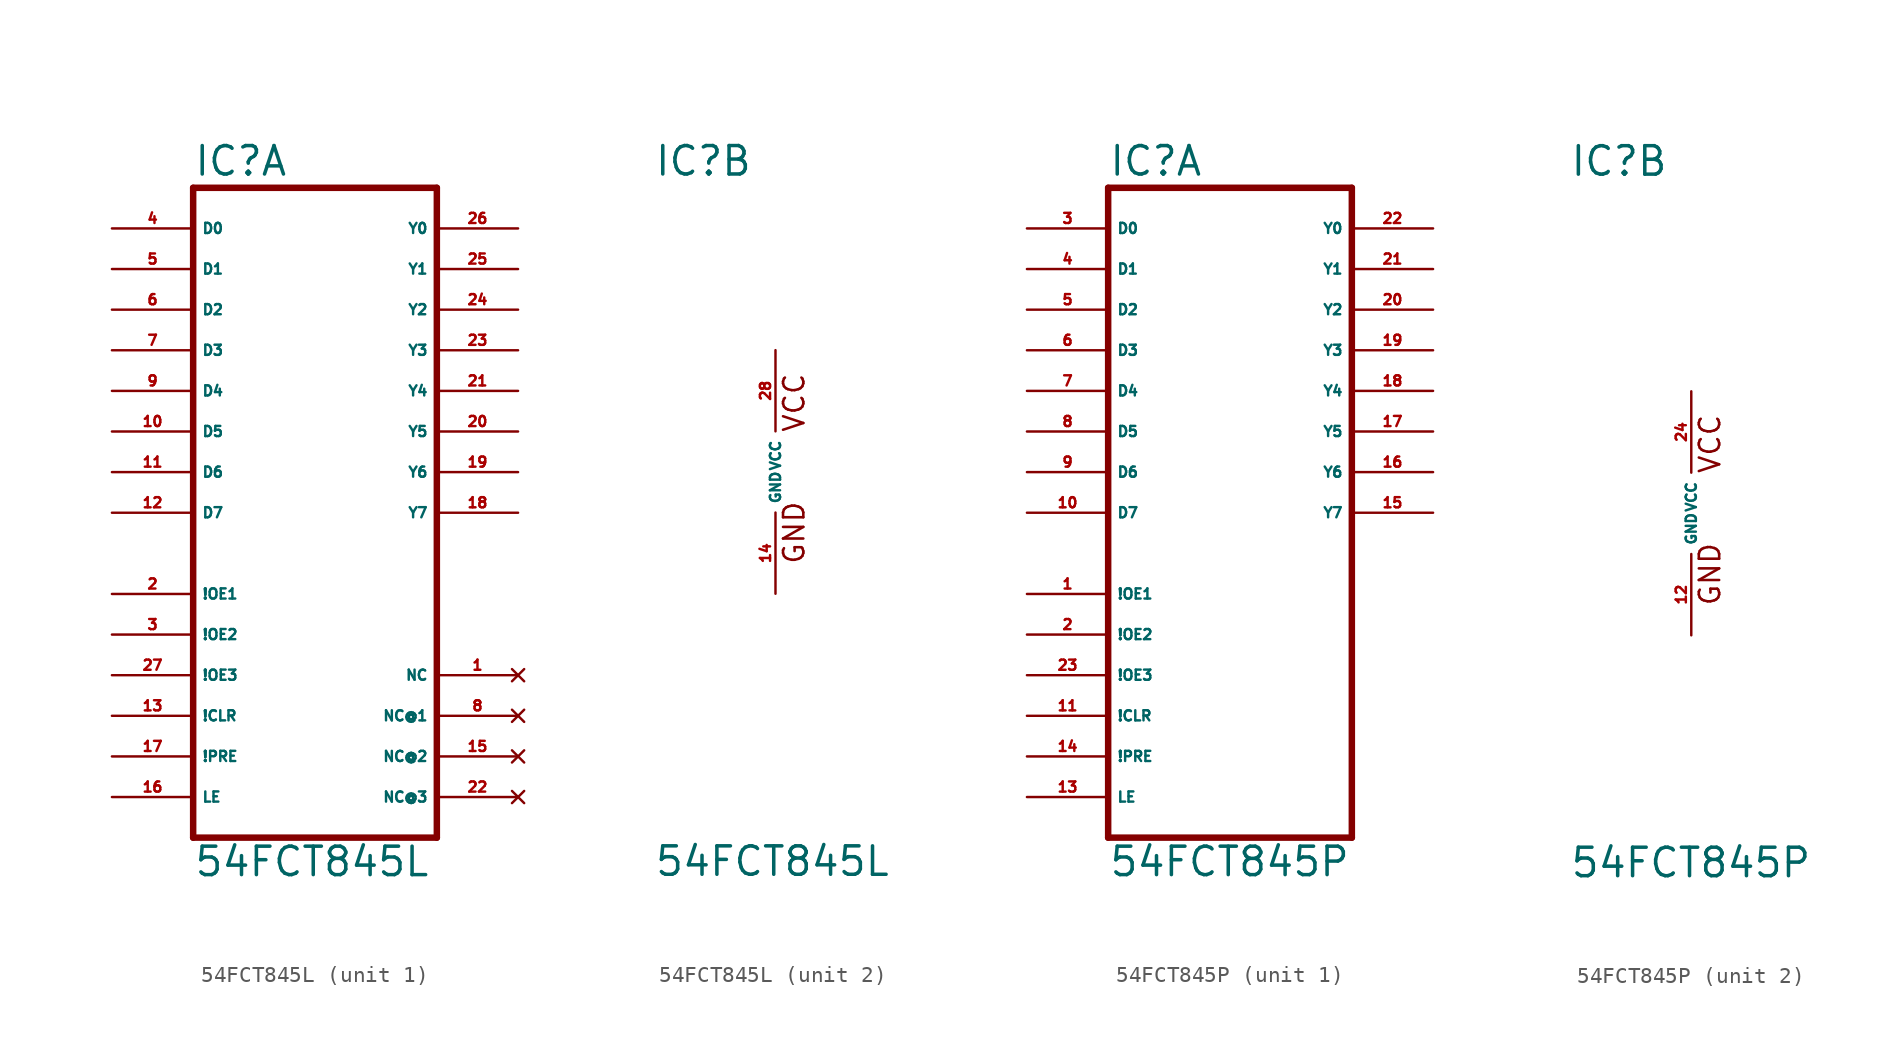
<source format=kicad_sym>
(kicad_symbol_lib
  (version 20220914)
  (generator Eagle2Kicad)
  (symbol "54FCT845L"
    (property "Reference" "IC"
      (at -7.62 18.415 0)
      (effects (font (size 1.778 1.778) (thickness 0.22)) (justify left bottom)))
    (property "Value" "54FCT845L"
      (at -7.62 -25.4 0)
      (effects (font (size 1.778 1.778) (thickness 0.22)) (justify left bottom)))
    (symbol "54FCT845L_1_0"
      (polyline (pts (xy -7.62 -22.86) (xy 7.62 -22.86)) (stroke (width 0.406) (type default)) (fill (type none)))
      (polyline (pts (xy 7.62 -22.86) (xy 7.62 17.78)) (stroke (width 0.406) (type default)) (fill (type none)))
      (polyline (pts (xy 7.62 17.78) (xy -7.62 17.78)) (stroke (width 0.406) (type default)) (fill (type none)))
      (polyline (pts (xy -7.62 17.78) (xy -7.62 -22.86)) (stroke (width 0.406) (type default)) (fill (type none)))
      (pin input line (at -12.7 15.24 0) (length 5.08) (name "D0" (effects (font (size 0.635 0.635) (thickness 0.08)) (justify left bottom))) (number "4" (effects (font (size 0.635 0.635) (thickness 0.08)) (justify left bottom))))
      (pin input line (at -12.7 12.7 0) (length 5.08) (name "D1" (effects (font (size 0.635 0.635) (thickness 0.08)) (justify left bottom))) (number "5" (effects (font (size 0.635 0.635) (thickness 0.08)) (justify left bottom))))
      (pin input line (at -12.7 10.16 0) (length 5.08) (name "D2" (effects (font (size 0.635 0.635) (thickness 0.08)) (justify left bottom))) (number "6" (effects (font (size 0.635 0.635) (thickness 0.08)) (justify left bottom))))
      (pin input line (at -12.7 7.62 0) (length 5.08) (name "D3" (effects (font (size 0.635 0.635) (thickness 0.08)) (justify left bottom))) (number "7" (effects (font (size 0.635 0.635) (thickness 0.08)) (justify left bottom))))
      (pin input line (at -12.7 5.08 0) (length 5.08) (name "D4" (effects (font (size 0.635 0.635) (thickness 0.08)) (justify left bottom))) (number "9" (effects (font (size 0.635 0.635) (thickness 0.08)) (justify left bottom))))
      (pin input line (at -12.7 2.54 0) (length 5.08) (name "D5" (effects (font (size 0.635 0.635) (thickness 0.08)) (justify left bottom))) (number "10" (effects (font (size 0.635 0.635) (thickness 0.08)) (justify left bottom))))
      (pin input line (at -12.7 0 0) (length 5.08) (name "D6" (effects (font (size 0.635 0.635) (thickness 0.08)) (justify left bottom))) (number "11" (effects (font (size 0.635 0.635) (thickness 0.08)) (justify left bottom))))
      (pin input line (at -12.7 -2.54 0) (length 5.08) (name "D7" (effects (font (size 0.635 0.635) (thickness 0.08)) (justify left bottom))) (number "12" (effects (font (size 0.635 0.635) (thickness 0.08)) (justify left bottom))))
      (pin input line (at -12.7 -10.16 0) (length 5.08) (name "!OE2" (effects (font (size 0.635 0.635) (thickness 0.08)) (justify left bottom))) (number "3" (effects (font (size 0.635 0.635) (thickness 0.08)) (justify left bottom))))
      (pin input line (at -12.7 -15.24 0) (length 5.08) (name "!CLR" (effects (font (size 0.635 0.635) (thickness 0.08)) (justify left bottom))) (number "13" (effects (font (size 0.635 0.635) (thickness 0.08)) (justify left bottom))))
      (pin input line (at -12.7 -12.7 0) (length 5.08) (name "!OE3" (effects (font (size 0.635 0.635) (thickness 0.08)) (justify left bottom))) (number "27" (effects (font (size 0.635 0.635) (thickness 0.08)) (justify left bottom))))
      (pin input line (at -12.7 -20.32 0) (length 5.08) (name "LE" (effects (font (size 0.635 0.635) (thickness 0.08)) (justify left bottom))) (number "16" (effects (font (size 0.635 0.635) (thickness 0.08)) (justify left bottom))))
      (pin output line (at 12.7 15.24 180) (length 5.08) (name "Y0" (effects (font (size 0.635 0.635) (thickness 0.08)) (justify left bottom))) (number "26" (effects (font (size 0.635 0.635) (thickness 0.08)) (justify left bottom))))
      (pin output line (at 12.7 12.7 180) (length 5.08) (name "Y1" (effects (font (size 0.635 0.635) (thickness 0.08)) (justify left bottom))) (number "25" (effects (font (size 0.635 0.635) (thickness 0.08)) (justify left bottom))))
      (pin output line (at 12.7 10.16 180) (length 5.08) (name "Y2" (effects (font (size 0.635 0.635) (thickness 0.08)) (justify left bottom))) (number "24" (effects (font (size 0.635 0.635) (thickness 0.08)) (justify left bottom))))
      (pin output line (at 12.7 7.62 180) (length 5.08) (name "Y3" (effects (font (size 0.635 0.635) (thickness 0.08)) (justify left bottom))) (number "23" (effects (font (size 0.635 0.635) (thickness 0.08)) (justify left bottom))))
      (pin output line (at 12.7 5.08 180) (length 5.08) (name "Y4" (effects (font (size 0.635 0.635) (thickness 0.08)) (justify left bottom))) (number "21" (effects (font (size 0.635 0.635) (thickness 0.08)) (justify left bottom))))
      (pin output line (at 12.7 2.54 180) (length 5.08) (name "Y5" (effects (font (size 0.635 0.635) (thickness 0.08)) (justify left bottom))) (number "20" (effects (font (size 0.635 0.635) (thickness 0.08)) (justify left bottom))))
      (pin output line (at 12.7 0 180) (length 5.08) (name "Y6" (effects (font (size 0.635 0.635) (thickness 0.08)) (justify left bottom))) (number "19" (effects (font (size 0.635 0.635) (thickness 0.08)) (justify left bottom))))
      (pin output line (at 12.7 -2.54 180) (length 5.08) (name "Y7" (effects (font (size 0.635 0.635) (thickness 0.08)) (justify left bottom))) (number "18" (effects (font (size 0.635 0.635) (thickness 0.08)) (justify left bottom))))
      (pin input line (at -12.7 -7.62 0) (length 5.08) (name "!OE1" (effects (font (size 0.635 0.635) (thickness 0.08)) (justify left bottom))) (number "2" (effects (font (size 0.635 0.635) (thickness 0.08)) (justify left bottom))))
      (pin input line (at -12.7 -17.78 0) (length 5.08) (name "!PRE" (effects (font (size 0.635 0.635) (thickness 0.08)) (justify left bottom))) (number "17" (effects (font (size 0.635 0.635) (thickness 0.08)) (justify left bottom))))
      (pin no_connect line (at 12.7 -12.7 180) (length 5.08) (name "NC" (effects (font (size 0.635 0.635) (thickness 0.08)) (justify left bottom) hide)) (number "1" (effects (font (size 0.635 0.635) (thickness 0.08)) (justify left bottom) hide)))
      (pin no_connect line (at 12.7 -15.24 180) (length 5.08) (name "NC@1" (effects (font (size 0.635 0.635) (thickness 0.08)) (justify left bottom) hide)) (number "8" (effects (font (size 0.635 0.635) (thickness 0.08)) (justify left bottom) hide)))
      (pin no_connect line (at 12.7 -17.78 180) (length 5.08) (name "NC@2" (effects (font (size 0.635 0.635) (thickness 0.08)) (justify left bottom) hide)) (number "15" (effects (font (size 0.635 0.635) (thickness 0.08)) (justify left bottom) hide)))
      (pin no_connect line (at 12.7 -20.32 180) (length 5.08) (name "NC@3" (effects (font (size 0.635 0.635) (thickness 0.08)) (justify left bottom) hide)) (number "22" (effects (font (size 0.635 0.635) (thickness 0.08)) (justify left bottom) hide))))
    (symbol "54FCT845L_2_0"
      (text "GND" (at 1.905 -5.842 900) (effects (font (size 1.27 1.27) (thickness 0.16)) (justify left bottom)))
      (text "VCC" (at 1.905 2.413 900) (effects (font (size 1.27 1.27) (thickness 0.16)) (justify left bottom)))
      (pin unspecified line (at 0 7.62 270) (length 5.08) (name "VCC" (effects (font (size 0.635 0.635) (thickness 0.08)) (justify left bottom))) (number "28" (effects (font (size 0.635 0.635) (thickness 0.08)) (justify left bottom))))
      (pin unspecified line (at 0 -7.62 90) (length 5.08) (name "GND" (effects (font (size 0.635 0.635) (thickness 0.08)) (justify left bottom))) (number "14" (effects (font (size 0.635 0.635) (thickness 0.08)) (justify left bottom))))))
  (symbol "54FCT845P"
    (property "Reference" "IC"
      (at -7.62 20.955 0)
      (effects (font (size 1.778 1.778) (thickness 0.22)) (justify left bottom)))
    (property "Value" "54FCT845P"
      (at -7.62 -22.86 0)
      (effects (font (size 1.778 1.778) (thickness 0.22)) (justify left bottom)))
    (symbol "54FCT845P_1_0"
      (polyline (pts (xy -7.62 -20.32) (xy 7.62 -20.32)) (stroke (width 0.406) (type default)) (fill (type none)))
      (polyline (pts (xy 7.62 -20.32) (xy 7.62 20.32)) (stroke (width 0.406) (type default)) (fill (type none)))
      (polyline (pts (xy 7.62 20.32) (xy -7.62 20.32)) (stroke (width 0.406) (type default)) (fill (type none)))
      (polyline (pts (xy -7.62 20.32) (xy -7.62 -20.32)) (stroke (width 0.406) (type default)) (fill (type none)))
      (pin input line (at -12.7 17.78 0) (length 5.08) (name "D0" (effects (font (size 0.635 0.635) (thickness 0.08)) (justify left bottom))) (number "3" (effects (font (size 0.635 0.635) (thickness 0.08)) (justify left bottom))))
      (pin input line (at -12.7 15.24 0) (length 5.08) (name "D1" (effects (font (size 0.635 0.635) (thickness 0.08)) (justify left bottom))) (number "4" (effects (font (size 0.635 0.635) (thickness 0.08)) (justify left bottom))))
      (pin input line (at -12.7 12.7 0) (length 5.08) (name "D2" (effects (font (size 0.635 0.635) (thickness 0.08)) (justify left bottom))) (number "5" (effects (font (size 0.635 0.635) (thickness 0.08)) (justify left bottom))))
      (pin input line (at -12.7 10.16 0) (length 5.08) (name "D3" (effects (font (size 0.635 0.635) (thickness 0.08)) (justify left bottom))) (number "6" (effects (font (size 0.635 0.635) (thickness 0.08)) (justify left bottom))))
      (pin input line (at -12.7 7.62 0) (length 5.08) (name "D4" (effects (font (size 0.635 0.635) (thickness 0.08)) (justify left bottom))) (number "7" (effects (font (size 0.635 0.635) (thickness 0.08)) (justify left bottom))))
      (pin input line (at -12.7 5.08 0) (length 5.08) (name "D5" (effects (font (size 0.635 0.635) (thickness 0.08)) (justify left bottom))) (number "8" (effects (font (size 0.635 0.635) (thickness 0.08)) (justify left bottom))))
      (pin input line (at -12.7 2.54 0) (length 5.08) (name "D6" (effects (font (size 0.635 0.635) (thickness 0.08)) (justify left bottom))) (number "9" (effects (font (size 0.635 0.635) (thickness 0.08)) (justify left bottom))))
      (pin input line (at -12.7 0 0) (length 5.08) (name "D7" (effects (font (size 0.635 0.635) (thickness 0.08)) (justify left bottom))) (number "10" (effects (font (size 0.635 0.635) (thickness 0.08)) (justify left bottom))))
      (pin input line (at -12.7 -10.16 0) (length 5.08) (name "!OE3" (effects (font (size 0.635 0.635) (thickness 0.08)) (justify left bottom))) (number "23" (effects (font (size 0.635 0.635) (thickness 0.08)) (justify left bottom))))
      (pin input line (at -12.7 -12.7 0) (length 5.08) (name "!CLR" (effects (font (size 0.635 0.635) (thickness 0.08)) (justify left bottom))) (number "11" (effects (font (size 0.635 0.635) (thickness 0.08)) (justify left bottom))))
      (pin input line (at -12.7 -5.08 0) (length 5.08) (name "!OE1" (effects (font (size 0.635 0.635) (thickness 0.08)) (justify left bottom))) (number "1" (effects (font (size 0.635 0.635) (thickness 0.08)) (justify left bottom))))
      (pin input line (at -12.7 -7.62 0) (length 5.08) (name "!OE2" (effects (font (size 0.635 0.635) (thickness 0.08)) (justify left bottom))) (number "2" (effects (font (size 0.635 0.635) (thickness 0.08)) (justify left bottom))))
      (pin output line (at 12.7 17.78 180) (length 5.08) (name "Y0" (effects (font (size 0.635 0.635) (thickness 0.08)) (justify left bottom))) (number "22" (effects (font (size 0.635 0.635) (thickness 0.08)) (justify left bottom))))
      (pin output line (at 12.7 15.24 180) (length 5.08) (name "Y1" (effects (font (size 0.635 0.635) (thickness 0.08)) (justify left bottom))) (number "21" (effects (font (size 0.635 0.635) (thickness 0.08)) (justify left bottom))))
      (pin output line (at 12.7 12.7 180) (length 5.08) (name "Y2" (effects (font (size 0.635 0.635) (thickness 0.08)) (justify left bottom))) (number "20" (effects (font (size 0.635 0.635) (thickness 0.08)) (justify left bottom))))
      (pin output line (at 12.7 10.16 180) (length 5.08) (name "Y3" (effects (font (size 0.635 0.635) (thickness 0.08)) (justify left bottom))) (number "19" (effects (font (size 0.635 0.635) (thickness 0.08)) (justify left bottom))))
      (pin output line (at 12.7 7.62 180) (length 5.08) (name "Y4" (effects (font (size 0.635 0.635) (thickness 0.08)) (justify left bottom))) (number "18" (effects (font (size 0.635 0.635) (thickness 0.08)) (justify left bottom))))
      (pin output line (at 12.7 5.08 180) (length 5.08) (name "Y5" (effects (font (size 0.635 0.635) (thickness 0.08)) (justify left bottom))) (number "17" (effects (font (size 0.635 0.635) (thickness 0.08)) (justify left bottom))))
      (pin output line (at 12.7 2.54 180) (length 5.08) (name "Y6" (effects (font (size 0.635 0.635) (thickness 0.08)) (justify left bottom))) (number "16" (effects (font (size 0.635 0.635) (thickness 0.08)) (justify left bottom))))
      (pin output line (at 12.7 0 180) (length 5.08) (name "Y7" (effects (font (size 0.635 0.635) (thickness 0.08)) (justify left bottom))) (number "15" (effects (font (size 0.635 0.635) (thickness 0.08)) (justify left bottom))))
      (pin input line (at -12.7 -17.78 0) (length 5.08) (name "LE" (effects (font (size 0.635 0.635) (thickness 0.08)) (justify left bottom))) (number "13" (effects (font (size 0.635 0.635) (thickness 0.08)) (justify left bottom))))
      (pin input line (at -12.7 -15.24 0) (length 5.08) (name "!PRE" (effects (font (size 0.635 0.635) (thickness 0.08)) (justify left bottom))) (number "14" (effects (font (size 0.635 0.635) (thickness 0.08)) (justify left bottom)))))
    (symbol "54FCT845P_2_0"
      (text "GND" (at 1.905 -5.842 900) (effects (font (size 1.27 1.27) (thickness 0.16)) (justify left bottom)))
      (text "VCC" (at 1.905 2.413 900) (effects (font (size 1.27 1.27) (thickness 0.16)) (justify left bottom)))
      (pin unspecified line (at 0 7.62 270) (length 5.08) (name "VCC" (effects (font (size 0.635 0.635) (thickness 0.08)) (justify left bottom))) (number "24" (effects (font (size 0.635 0.635) (thickness 0.08)) (justify left bottom))))
      (pin unspecified line (at 0 -7.62 90) (length 5.08) (name "GND" (effects (font (size 0.635 0.635) (thickness 0.08)) (justify left bottom))) (number "12" (effects (font (size 0.635 0.635) (thickness 0.08)) (justify left bottom)))))))
</source>
